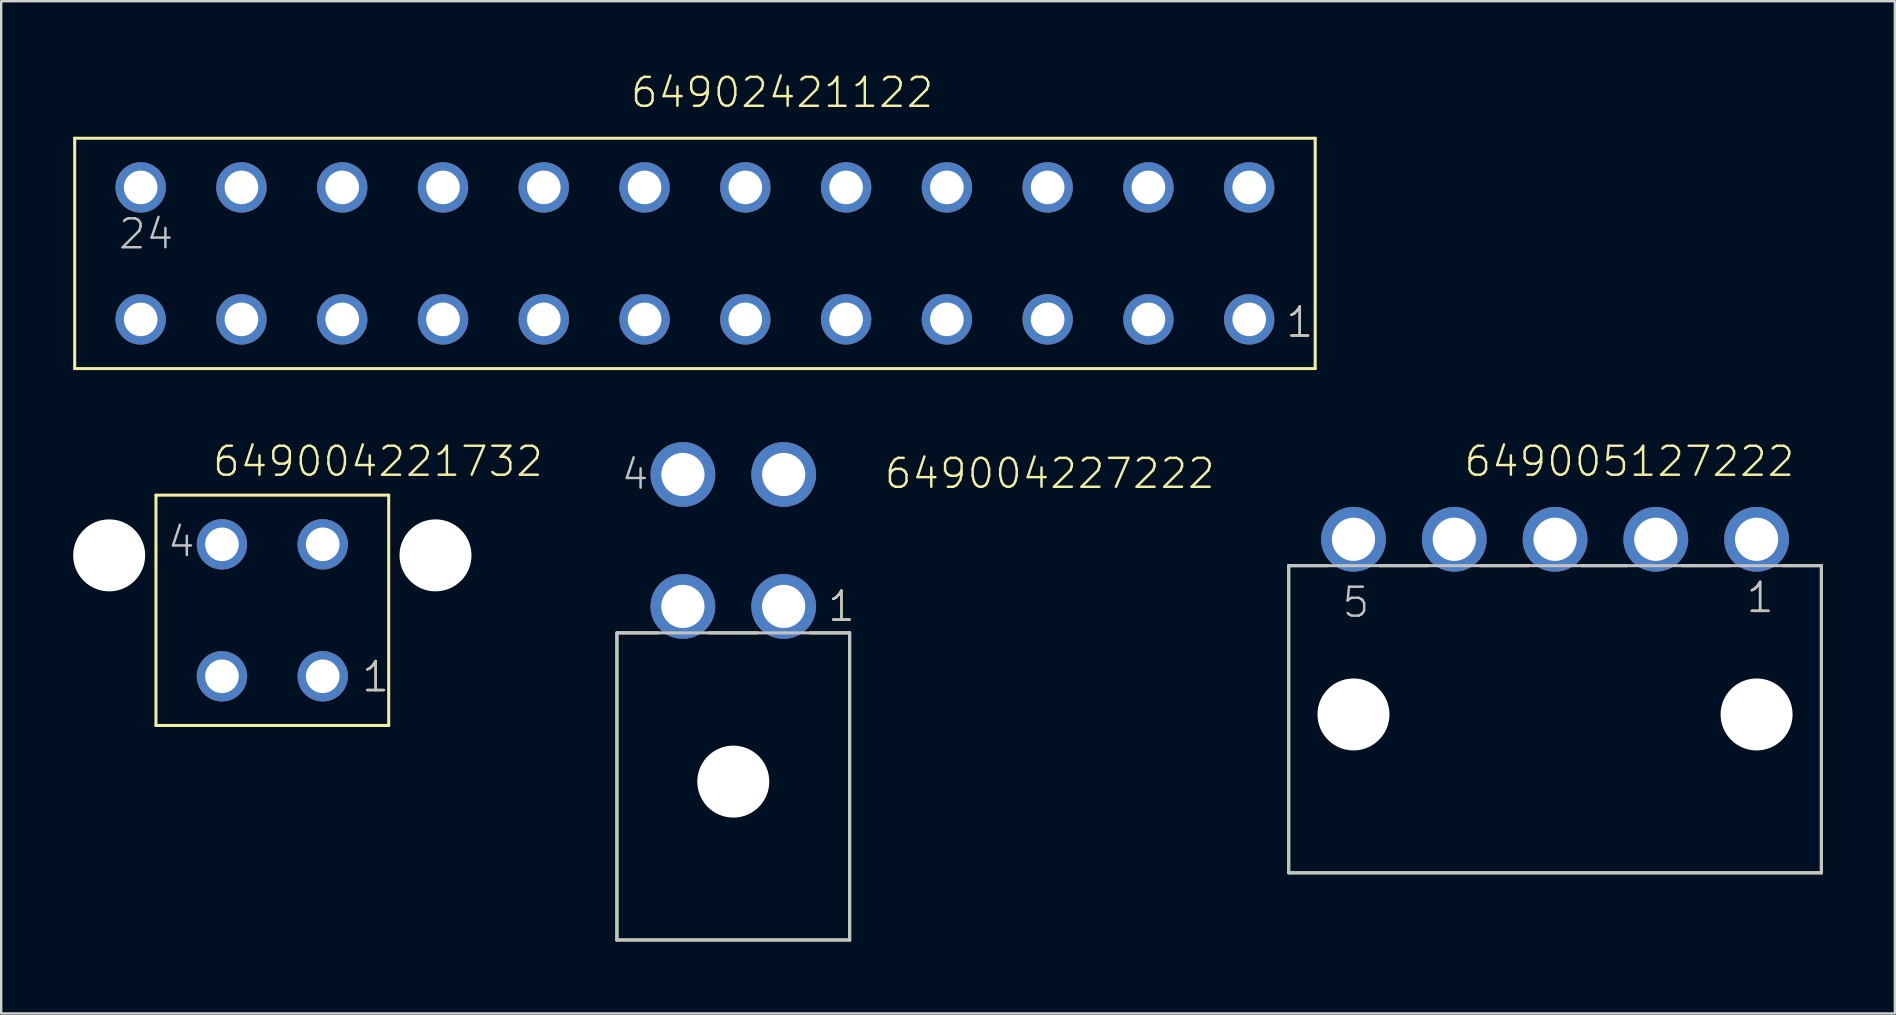
<source format=kicad_pcb>
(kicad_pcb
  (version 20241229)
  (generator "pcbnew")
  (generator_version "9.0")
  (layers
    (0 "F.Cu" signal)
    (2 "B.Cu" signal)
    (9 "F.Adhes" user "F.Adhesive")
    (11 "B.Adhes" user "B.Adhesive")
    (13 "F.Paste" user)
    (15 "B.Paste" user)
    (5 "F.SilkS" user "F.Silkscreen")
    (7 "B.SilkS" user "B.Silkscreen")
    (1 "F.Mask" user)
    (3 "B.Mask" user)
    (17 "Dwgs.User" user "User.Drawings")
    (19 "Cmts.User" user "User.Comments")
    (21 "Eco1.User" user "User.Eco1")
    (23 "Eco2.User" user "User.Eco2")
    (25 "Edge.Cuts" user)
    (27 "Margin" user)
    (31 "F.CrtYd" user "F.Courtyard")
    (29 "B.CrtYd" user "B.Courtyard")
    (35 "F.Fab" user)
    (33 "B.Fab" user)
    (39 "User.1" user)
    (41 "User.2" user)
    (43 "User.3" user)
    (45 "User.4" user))
  (footprint "649004221732"
    (layer "F.Cu")
    (at 8.3 22.386)
    (property "Reference" "649004221732" (at -2.555 -5.5 0) (layer "F.SilkS") (effects (font (size 1.206 1.206) (thickness 0.102)) (justify left bottom)))
    (attr through_hole)
    (fp_line (start -4.85 -4.8) (end 4.85 -4.8) (stroke (width 0.127) (type solid)) (layer "F.SilkS"))
    (fp_line (start -4.85 4.8) (end -4.85 -4.8) (stroke (width 0.127) (type solid)) (layer "F.SilkS"))
    (fp_line (start 4.85 -4.8) (end 4.85 4.8) (stroke (width 0.127) (type solid)) (layer "F.SilkS"))
    (fp_line (start 4.85 4.8) (end -4.85 4.8) (stroke (width 0.127) (type solid)) (layer "F.SilkS"))
    (fp_text user "1" (at 3.665 3.475 0) (layer "F.SilkS") (effects (font (size 1.206 1.206) (thickness 0.102)) (justify left bottom)))
    (fp_text user "4" (at -4.435 -2.15 0) (layer "Dwgs.User") (effects (font (size 1.206 1.206) (thickness 0.102)) (justify left bottom)))
    (fp_text user "1" (at 3.665 3.475 0) (layer "Dwgs.User") (effects (font (size 1.206 1.206) (thickness 0.102)) (justify left bottom)))
    (pad "" np_thru_hole circle (at -6.8 -2.29) (size 3 3) (drill 3) (layers "*.Cu"))
    (pad "" np_thru_hole circle (at 6.8 -2.29) (size 3 3) (drill 3) (layers "*.Cu"))
    (pad "1" thru_hole circle (at 2.1 2.75) (size 2.1 2.1) (drill 1.4) (layers "*.Cu" "*.Mask"))
    (pad "2" thru_hole circle (at -2.1 2.75) (size 2.1 2.1) (drill 1.4) (layers "*.Cu" "*.Mask"))
    (pad "3" thru_hole circle (at 2.1 -2.75) (size 2.1 2.1) (drill 1.4) (layers "*.Cu" "*.Mask"))
    (pad "4" thru_hole circle (at -2.1 -2.75) (size 2.1 2.1) (drill 1.4) (layers "*.Cu" "*.Mask")))
  (footprint "649005127222"
    (layer "F.Cu")
    (at 61.759 26.726)
    (property "Reference" "649005127222" (at -3.86 -9.84 0) (layer "F.SilkS") (effects (font (size 1.206 1.206) (thickness 0.102)) (justify left bottom)))
    (attr through_hole)
    (fp_line (start -11.1 -6.2) (end -9.5 -6.2) (stroke (width 0.127) (type solid)) (layer "F.SilkS"))
    (fp_line (start -11.1 6.6) (end -11.1 -6.2) (stroke (width 0.127) (type solid)) (layer "F.SilkS"))
    (fp_line (start -7.3 -6.2) (end -5.3 -6.2) (stroke (width 0.127) (type solid)) (layer "F.SilkS"))
    (fp_line (start -3.1 -6.2) (end -1.1 -6.2) (stroke (width 0.127) (type solid)) (layer "F.SilkS"))
    (fp_line (start 1.1 -6.2) (end 3 -6.2) (stroke (width 0.127) (type solid)) (layer "F.SilkS"))
    (fp_line (start 5.3 -6.2) (end 7.3 -6.2) (stroke (width 0.127) (type solid)) (layer "F.SilkS"))
    (fp_line (start 9.5 -6.2) (end 11.1 -6.2) (stroke (width 0.127) (type solid)) (layer "F.SilkS"))
    (fp_line (start 11.1 -6.2) (end 11.1 6.6) (stroke (width 0.127) (type solid)) (layer "F.SilkS"))
    (fp_line (start 11.1 6.6) (end -11.1 6.6) (stroke (width 0.127) (type solid)) (layer "F.SilkS"))
    (fp_line (start -11.1 -6.2) (end 11.1 -6.2) (stroke (width 0.127) (type solid)) (layer "Dwgs.User"))
    (fp_line (start -11.1 6.6) (end -11.1 -6.2) (stroke (width 0.127) (type solid)) (layer "Dwgs.User"))
    (fp_line (start 11.1 -6.2) (end 11.1 6.6) (stroke (width 0.127) (type solid)) (layer "Dwgs.User"))
    (fp_line (start 11.1 6.6) (end -11.1 6.6) (stroke (width 0.127) (type solid)) (layer "Dwgs.User"))
    (fp_text user "1" (at 7.905 -4.165 0) (layer "F.SilkS") (effects (font (size 1.206 1.206) (thickness 0.102)) (justify left bottom)))
    (fp_text user "1" (at 7.905 -4.165 0) (layer "Dwgs.User") (effects (font (size 1.206 1.206) (thickness 0.102)) (justify left bottom)))
    (fp_text user "5" (at -8.94 -3.965 0) (layer "Dwgs.User") (effects (font (size 1.206 1.206) (thickness 0.102)) (justify left bottom)))
    (pad "" np_thru_hole circle (at -8.4 0) (size 3 3) (drill 3) (layers "*.Cu"))
    (pad "" np_thru_hole circle (at 8.4 0) (size 3 3) (drill 3) (layers "*.Cu"))
    (pad "1" thru_hole circle (at 8.4 -7.3) (size 2.7 2.7) (drill 1.8) (layers "*.Cu" "*.Mask"))
    (pad "2" thru_hole circle (at 4.2 -7.3) (size 2.7 2.7) (drill 1.8) (layers "*.Cu" "*.Mask"))
    (pad "3" thru_hole circle (at 0 -7.3) (size 2.7 2.7) (drill 1.8) (layers "*.Cu" "*.Mask"))
    (pad "4" thru_hole circle (at -4.2 -7.3) (size 2.7 2.7) (drill 1.8) (layers "*.Cu" "*.Mask"))
    (pad "5" thru_hole circle (at -8.4 -7.3) (size 2.7 2.7) (drill 1.8) (layers "*.Cu" "*.Mask")))
  (footprint "649004227222"
    (layer "F.Cu")
    (at 27.511 29.525)
    (property "Reference" "649004227222" (at 6.232 -12.135 0) (layer "F.SilkS") (effects (font (size 1.206 1.206) (thickness 0.102)) (justify left bottom)))
    (attr through_hole)
    (fp_line (start -4.85 -6.2) (end -3.15 -6.2) (stroke (width 0.127) (type solid)) (layer "F.SilkS"))
    (fp_line (start -4.85 6.6) (end -4.85 -6.2) (stroke (width 0.127) (type solid)) (layer "F.SilkS"))
    (fp_line (start -1 -6.2) (end 1 -6.2) (stroke (width 0.127) (type solid)) (layer "F.SilkS"))
    (fp_line (start 3.2 -6.2) (end 4.85 -6.2) (stroke (width 0.127) (type solid)) (layer "F.SilkS"))
    (fp_line (start 4.85 -6.2) (end 4.85 6.6) (stroke (width 0.127) (type solid)) (layer "F.SilkS"))
    (fp_line (start 4.85 6.6) (end -4.85 6.6) (stroke (width 0.127) (type solid)) (layer "F.SilkS"))
    (fp_line (start -4.85 -6.2) (end 4.85 -6.2) (stroke (width 0.127) (type solid)) (layer "Dwgs.User"))
    (fp_line (start -4.85 6.6) (end -4.85 -6.2) (stroke (width 0.127) (type solid)) (layer "Dwgs.User"))
    (fp_line (start 4.85 -6.2) (end 4.85 6.6) (stroke (width 0.127) (type solid)) (layer "Dwgs.User"))
    (fp_line (start 4.85 6.6) (end -4.85 6.6) (stroke (width 0.127) (type solid)) (layer "Dwgs.User"))
    (fp_text user "1" (at 3.865 -6.6 0) (layer "F.SilkS") (effects (font (size 1.206 1.206) (thickness 0.102)) (justify left bottom)))
    (fp_text user "4" (at -4.735 -12.1 0) (layer "Dwgs.User") (effects (font (size 1.206 1.206) (thickness 0.102)) (justify left bottom)))
    (fp_text user "1" (at 3.865 -6.6 0) (layer "Dwgs.User") (effects (font (size 1.206 1.206) (thickness 0.102)) (justify left bottom)))
    (pad "" np_thru_hole circle (at 0 0) (size 3 3) (drill 3) (layers "*.Cu"))
    (pad "1" thru_hole circle (at 2.1 -7.3) (size 2.7 2.7) (drill 1.8) (layers "*.Cu" "*.Mask"))
    (pad "2" thru_hole circle (at -2.1 -7.3) (size 2.7 2.7) (drill 1.8) (layers "*.Cu" "*.Mask"))
    (pad "3" thru_hole circle (at 2.1 -12.8) (size 2.7 2.7) (drill 1.8) (layers "*.Cu" "*.Mask"))
    (pad "4" thru_hole circle (at -2.1 -12.8) (size 2.7 2.7) (drill 1.8) (layers "*.Cu" "*.Mask")))
  (footprint "64902421122"
    (layer "F.Cu")
    (at 25.913 7.511)
    (property "Reference" "64902421122" (at -2.75 -6 0) (layer "F.SilkS") (effects (font (size 1.206 1.206) (thickness 0.102)) (justify left bottom)))
    (attr through_hole)
    (fp_line (start -25.85 -4.8) (end 25.85 -4.8) (stroke (width 0.127) (type solid)) (layer "F.SilkS"))
    (fp_line (start -25.85 4.8) (end -25.85 -4.8) (stroke (width 0.127) (type solid)) (layer "F.SilkS"))
    (fp_line (start 25.85 -4.8) (end 25.85 4.8) (stroke (width 0.127) (type solid)) (layer "F.SilkS"))
    (fp_line (start 25.85 4.8) (end -25.85 4.8) (stroke (width 0.127) (type solid)) (layer "F.SilkS"))
    (fp_text user "1" (at 24.565 3.575 0) (layer "F.SilkS") (effects (font (size 1.206 1.206) (thickness 0.102)) (justify left bottom)))
    (fp_text user "1" (at 24.565 3.575 0) (layer "Dwgs.User") (effects (font (size 1.206 1.206) (thickness 0.102)) (justify left bottom)))
    (fp_text user "24" (at -24.09 -0.105 0) (layer "Dwgs.User") (effects (font (size 1.206 1.206) (thickness 0.102)) (justify left bottom)))
    (pad "1" thru_hole circle (at 23.1 2.75) (size 2.1 2.1) (drill 1.4) (layers "*.Cu" "*.Mask"))
    (pad "2" thru_hole circle (at 18.9 2.75) (size 2.1 2.1) (drill 1.4) (layers "*.Cu" "*.Mask"))
    (pad "3" thru_hole circle (at 14.7 2.75) (size 2.1 2.1) (drill 1.4) (layers "*.Cu" "*.Mask"))
    (pad "4" thru_hole circle (at 10.5 2.75) (size 2.1 2.1) (drill 1.4) (layers "*.Cu" "*.Mask"))
    (pad "5" thru_hole circle (at 6.3 2.75) (size 2.1 2.1) (drill 1.4) (layers "*.Cu" "*.Mask"))
    (pad "6" thru_hole circle (at 2.1 2.75) (size 2.1 2.1) (drill 1.4) (layers "*.Cu" "*.Mask"))
    (pad "7" thru_hole circle (at -2.1 2.75) (size 2.1 2.1) (drill 1.4) (layers "*.Cu" "*.Mask"))
    (pad "8" thru_hole circle (at -6.3 2.75) (size 2.1 2.1) (drill 1.4) (layers "*.Cu" "*.Mask"))
    (pad "9" thru_hole circle (at -10.5 2.75) (size 2.1 2.1) (drill 1.4) (layers "*.Cu" "*.Mask"))
    (pad "10" thru_hole circle (at -14.7 2.75) (size 2.1 2.1) (drill 1.4) (layers "*.Cu" "*.Mask"))
    (pad "11" thru_hole circle (at -18.9 2.75) (size 2.1 2.1) (drill 1.4) (layers "*.Cu" "*.Mask"))
    (pad "12" thru_hole circle (at -23.1 2.75) (size 2.1 2.1) (drill 1.4) (layers "*.Cu" "*.Mask"))
    (pad "13" thru_hole circle (at 23.1 -2.75) (size 2.1 2.1) (drill 1.4) (layers "*.Cu" "*.Mask"))
    (pad "14" thru_hole circle (at 18.9 -2.75) (size 2.1 2.1) (drill 1.4) (layers "*.Cu" "*.Mask"))
    (pad "15" thru_hole circle (at 14.7 -2.75) (size 2.1 2.1) (drill 1.4) (layers "*.Cu" "*.Mask"))
    (pad "16" thru_hole circle (at 10.5 -2.75) (size 2.1 2.1) (drill 1.4) (layers "*.Cu" "*.Mask"))
    (pad "17" thru_hole circle (at 6.3 -2.75) (size 2.1 2.1) (drill 1.4) (layers "*.Cu" "*.Mask"))
    (pad "18" thru_hole circle (at 2.1 -2.75) (size 2.1 2.1) (drill 1.4) (layers "*.Cu" "*.Mask"))
    (pad "19" thru_hole circle (at -2.1 -2.75) (size 2.1 2.1) (drill 1.4) (layers "*.Cu" "*.Mask"))
    (pad "20" thru_hole circle (at -6.3 -2.75) (size 2.1 2.1) (drill 1.4) (layers "*.Cu" "*.Mask"))
    (pad "21" thru_hole circle (at -10.5 -2.75) (size 2.1 2.1) (drill 1.4) (layers "*.Cu" "*.Mask"))
    (pad "22" thru_hole circle (at -14.7 -2.75) (size 2.1 2.1) (drill 1.4) (layers "*.Cu" "*.Mask"))
    (pad "23" thru_hole circle (at -18.9 -2.75) (size 2.1 2.1) (drill 1.4) (layers "*.Cu" "*.Mask"))
    (pad "24" thru_hole circle (at -23.1 -2.75) (size 2.1 2.1) (drill 1.4) (layers "*.Cu" "*.Mask")))
  (gr_rect
    (start -3 -3)
    (end 75.922 39.188)
    (stroke (width 0.1) (type default))
    (fill no)
    (layer "Edge.Cuts")))
</source>
